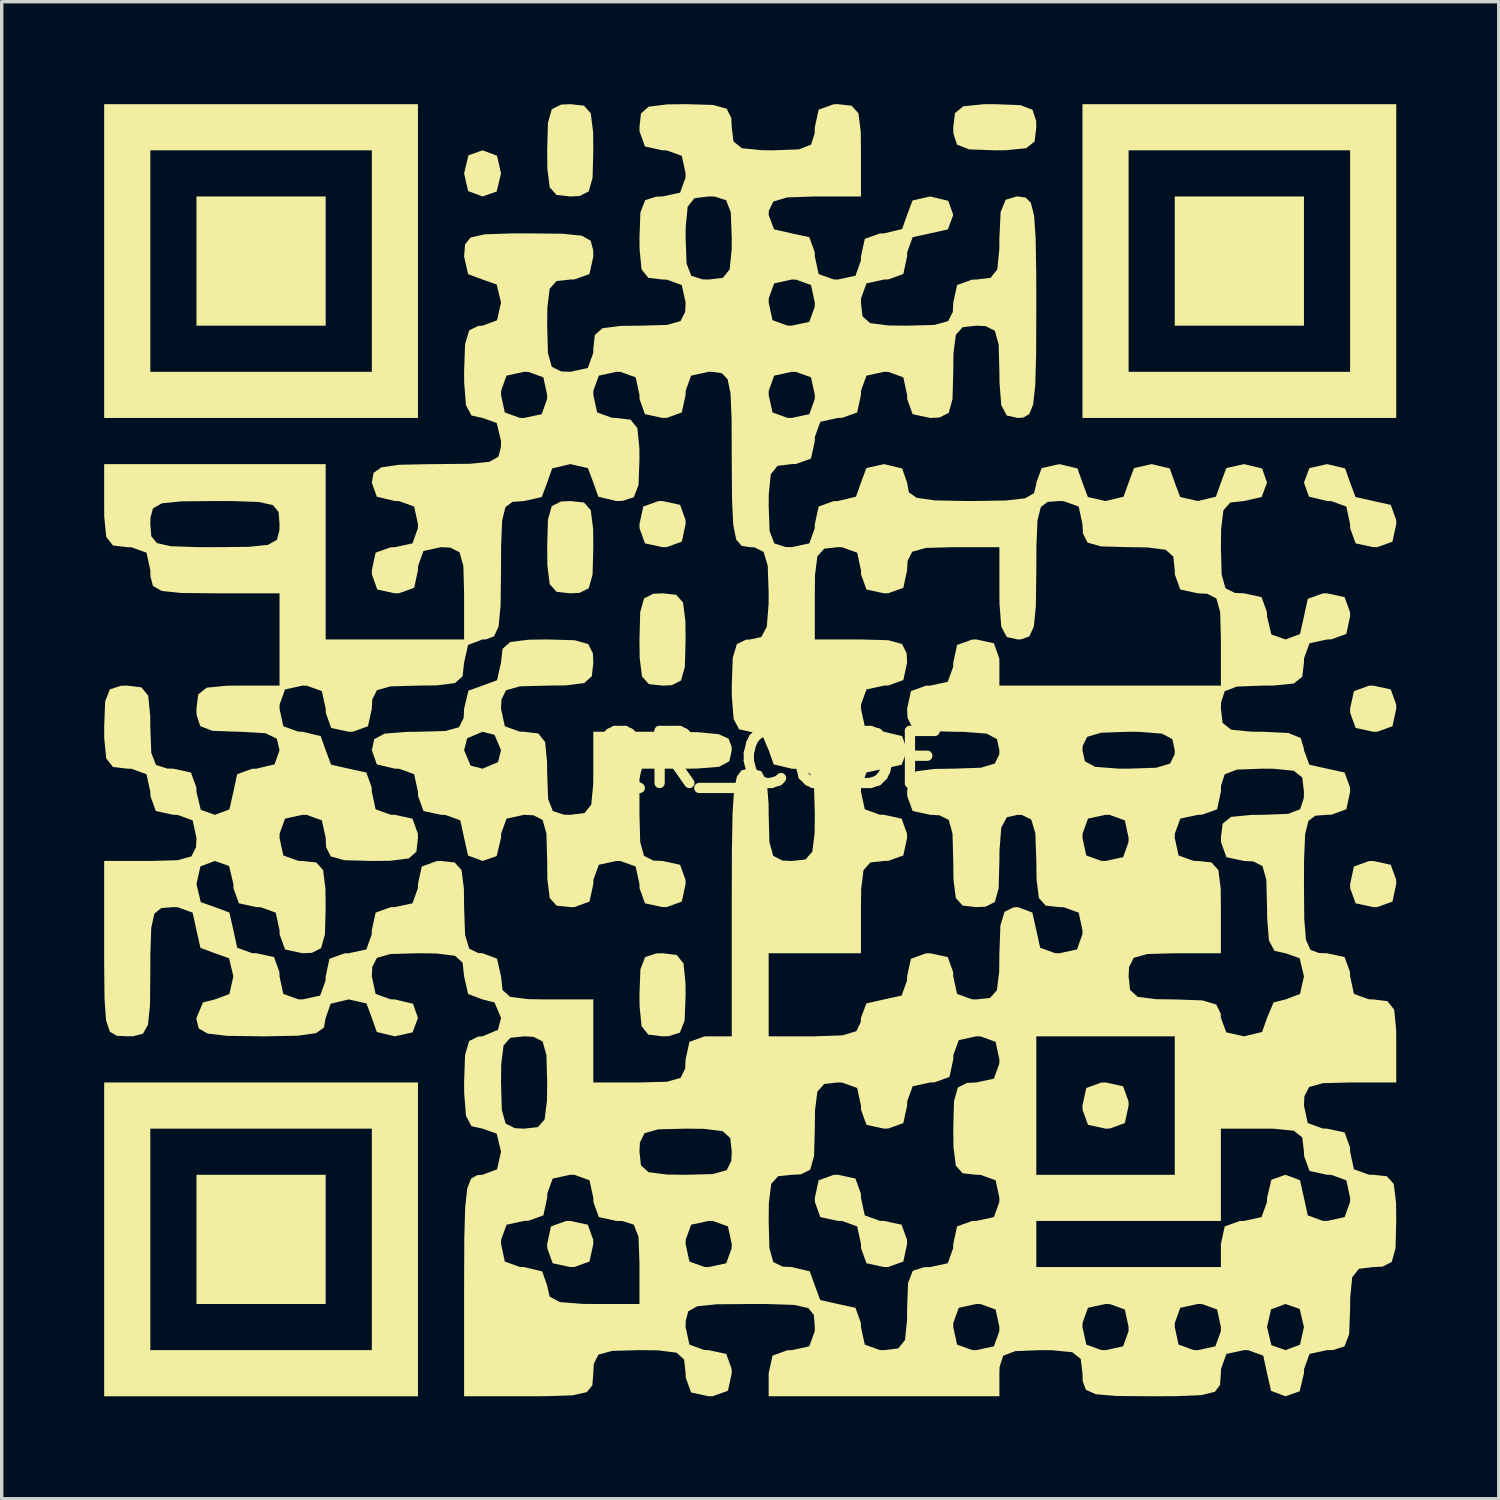
<source format=kicad_pcb>
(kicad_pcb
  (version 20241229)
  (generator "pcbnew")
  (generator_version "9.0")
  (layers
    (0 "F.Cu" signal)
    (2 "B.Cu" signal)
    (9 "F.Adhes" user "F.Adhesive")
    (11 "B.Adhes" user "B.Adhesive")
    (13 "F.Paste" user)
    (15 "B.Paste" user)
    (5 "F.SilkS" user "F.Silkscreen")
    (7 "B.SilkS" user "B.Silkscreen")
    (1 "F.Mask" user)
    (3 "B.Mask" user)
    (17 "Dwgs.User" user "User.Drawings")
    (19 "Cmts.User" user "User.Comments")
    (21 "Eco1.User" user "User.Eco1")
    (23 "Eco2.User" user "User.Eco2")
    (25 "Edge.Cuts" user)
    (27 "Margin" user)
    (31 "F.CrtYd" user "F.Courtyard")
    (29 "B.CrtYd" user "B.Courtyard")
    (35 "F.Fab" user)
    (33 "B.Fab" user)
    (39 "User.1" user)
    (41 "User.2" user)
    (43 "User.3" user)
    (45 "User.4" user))
  (footprint "QR_CODE"
    (layer "F.Cu")
    (at 19.455 19.185)
    (property "Reference" "QR_CODE" (at 0 0 0) (layer "F.SilkS") (effects (font (size 1.524 1.524) (thickness 0.3))))
    (attr board_only exclude_from_pos_files exclude_from_bom)
    (fp_poly (pts (xy -12.97 -12.7) (xy -16.753 -12.7) (xy -16.753 -16.483) (xy -12.97 -16.483)) (stroke (width 0) (type solid)) (fill yes) (layer "F.SilkS"))
    (fp_poly (pts (xy -12.97 15.943) (xy -16.753 15.943) (xy -16.753 12.16) (xy -12.97 12.16)) (stroke (width 0) (type solid)) (fill yes) (layer "F.SilkS"))
    (fp_poly (pts (xy 15.672 -12.7) (xy 11.889 -12.7) (xy 11.889 -16.483) (xy 15.672 -16.483)) (stroke (width 0) (type solid)) (fill yes) (layer "F.SilkS"))
    (fp_poly (pts (xy -7.953 -17.676) (xy -7.836 -17.159) (xy -7.963 -16.629) (xy -8.377 -16.483) (xy -8.8 -16.641) (xy -8.917 -17.159) (xy -8.79 -17.688) (xy -8.377 -17.834)) (stroke (width 0) (type solid)) (fill yes) (layer "F.SilkS"))
    (fp_poly (pts (xy -10.268 -9.998) (xy -19.455 -9.998) (xy -19.455 -11.349) (xy -18.104 -11.349) (xy -11.619 -11.349) (xy -11.619 -17.834) (xy -18.104 -17.834) (xy -18.104 -11.349) (xy -19.455 -11.349) (xy -19.455 -19.185) (xy -10.268 -19.185)) (stroke (width 0) (type solid)) (fill yes) (layer "F.SilkS"))
    (fp_poly (pts (xy -10.268 18.645) (xy -19.455 18.645) (xy -19.455 17.294) (xy -18.104 17.294) (xy -11.619 17.294) (xy -11.619 10.809) (xy -18.104 10.809) (xy -18.104 17.294) (xy -19.455 17.294) (xy -19.455 9.457) (xy -10.268 9.457)) (stroke (width 0) (type solid)) (fill yes) (layer "F.SilkS"))
    (fp_poly (pts (xy 18.374 -9.998) (xy 9.187 -9.998) (xy 9.187 -11.349) (xy 10.538 -11.349) (xy 17.023 -11.349) (xy 17.023 -17.834) (xy 10.538 -17.834) (xy 10.538 -11.349) (xy 9.187 -11.349) (xy 9.187 -19.185) (xy 18.374 -19.185)) (stroke (width 0) (type solid)) (fill yes) (layer "F.SilkS"))
    (fp_poly (pts (xy -5.295 13.622) (xy -5.137 14.062) (xy -5.134 14.186) (xy -5.246 14.7) (xy -5.685 14.859) (xy -5.81 14.862) (xy -6.324 14.75) (xy -6.482 14.311) (xy -6.485 14.186) (xy -6.374 13.672) (xy -5.934 13.513) (xy -5.81 13.511)) (stroke (width 0) (type solid)) (fill yes) (layer "F.SilkS"))
    (fp_poly (pts (xy -2.593 -7.454) (xy -2.435 -7.015) (xy -2.432 -6.89) (xy -2.544 -6.376) (xy -2.983 -6.218) (xy -3.107 -6.215) (xy -3.622 -6.326) (xy -3.78 -6.766) (xy -3.783 -6.89) (xy -3.671 -7.405) (xy -3.232 -7.563) (xy -3.107 -7.566)) (stroke (width 0) (type solid)) (fill yes) (layer "F.SilkS"))
    (fp_poly (pts (xy 10.377 9.569) (xy 10.535 10.008) (xy 10.538 10.133) (xy 10.427 10.647) (xy 9.987 10.806) (xy 9.863 10.809) (xy 9.349 10.697) (xy 9.19 10.257) (xy 9.187 10.133) (xy 9.299 9.619) (xy 9.738 9.46) (xy 9.863 9.457)) (stroke (width 0) (type solid)) (fill yes) (layer "F.SilkS"))
    (fp_poly (pts (xy 18.213 -2.05) (xy 18.372 -1.611) (xy 18.374 -1.486) (xy 18.263 -0.972) (xy 17.823 -0.813) (xy 17.699 -0.811) (xy 17.185 -0.922) (xy 17.026 -1.362) (xy 17.023 -1.486) (xy 17.135 -2) (xy 17.574 -2.159) (xy 17.699 -2.162)) (stroke (width 0) (type solid)) (fill yes) (layer "F.SilkS"))
    (fp_poly (pts (xy 18.213 3.084) (xy 18.372 3.523) (xy 18.374 3.648) (xy 18.263 4.162) (xy 17.823 4.321) (xy 17.699 4.323) (xy 17.185 4.212) (xy 17.026 3.772) (xy 17.023 3.648) (xy 17.135 3.134) (xy 17.574 2.975) (xy 17.699 2.972)) (stroke (width 0) (type solid)) (fill yes) (layer "F.SilkS"))
    (fp_poly (pts (xy -5.409 -19.141) (xy -5.209 -18.918) (xy -5.14 -18.376) (xy -5.134 -17.834) (xy -5.156 -17.032) (xy -5.268 -16.632) (xy -5.538 -16.496) (xy -5.81 -16.483) (xy -6.21 -16.527) (xy -6.411 -16.75) (xy -6.479 -17.292) (xy -6.485 -17.834) (xy -6.463 -18.636) (xy -6.351 -19.036) (xy -6.081 -19.172) (xy -5.81 -19.185)) (stroke (width 0) (type solid)) (fill yes) (layer "F.SilkS"))
    (fp_poly (pts (xy -5.409 -7.522) (xy -5.209 -7.299) (xy -5.14 -6.757) (xy -5.134 -6.215) (xy -5.156 -5.413) (xy -5.268 -5.013) (xy -5.538 -4.877) (xy -5.81 -4.864) (xy -6.21 -4.908) (xy -6.411 -5.131) (xy -6.479 -5.673) (xy -6.485 -6.215) (xy -6.463 -7.017) (xy -6.351 -7.417) (xy -6.081 -7.553) (xy -5.81 -7.566)) (stroke (width 0) (type solid)) (fill yes) (layer "F.SilkS"))
    (fp_poly (pts (xy -2.707 -4.82) (xy -2.507 -4.596) (xy -2.438 -4.055) (xy -2.432 -3.513) (xy -2.454 -2.711) (xy -2.566 -2.311) (xy -2.836 -2.175) (xy -3.107 -2.162) (xy -3.508 -2.206) (xy -3.708 -2.429) (xy -3.777 -2.971) (xy -3.783 -3.513) (xy -3.761 -4.315) (xy -3.649 -4.715) (xy -3.379 -4.851) (xy -3.107 -4.864)) (stroke (width 0) (type solid)) (fill yes) (layer "F.SilkS"))
    (fp_poly (pts (xy -2.691 5.725) (xy -2.493 5.973) (xy -2.434 6.562) (xy -2.432 6.89) (xy -2.46 7.641) (xy -2.598 7.996) (xy -2.925 8.102) (xy -3.107 8.106) (xy -3.524 8.056) (xy -3.722 7.808) (xy -3.78 7.218) (xy -3.783 6.89) (xy -3.755 6.14) (xy -3.617 5.785) (xy -3.29 5.679) (xy -3.107 5.674)) (stroke (width 0) (type solid)) (fill yes) (layer "F.SilkS"))
    (fp_poly (pts (xy 7.371 -19.157) (xy 7.726 -19.019) (xy 7.832 -18.692) (xy 7.836 -18.51) (xy 7.786 -18.093) (xy 7.538 -17.895) (xy 6.948 -17.837) (xy 6.62 -17.834) (xy 5.87 -17.862) (xy 5.514 -18) (xy 5.409 -18.327) (xy 5.404 -18.51) (xy 5.455 -18.926) (xy 5.702 -19.124) (xy 6.292 -19.183) (xy 6.62 -19.185)) (stroke (width 0) (type solid)) (fill yes) (layer "F.SilkS"))
    (fp_poly (pts (xy 16.878 -8.52) (xy 17.023 -8.106) (xy 17.182 -7.683) (xy 17.699 -7.566) (xy 18.213 -7.454) (xy 18.372 -7.015) (xy 18.374 -6.89) (xy 18.263 -6.376) (xy 17.823 -6.218) (xy 17.699 -6.215) (xy 17.185 -6.326) (xy 17.026 -6.766) (xy 17.023 -6.89) (xy 16.912 -7.405) (xy 16.472 -7.563) (xy 16.348 -7.566) (xy 15.818 -7.693) (xy 15.672 -8.106) (xy 15.831 -8.53) (xy 16.348 -8.647)) (stroke (width 0) (type solid)) (fill yes) (layer "F.SilkS"))
    (fp_poly (pts (xy 2.541 12.271) (xy 2.699 12.711) (xy 2.702 12.835) (xy 2.814 13.349) (xy 3.253 13.508) (xy 3.378 13.511) (xy 3.892 13.622) (xy 4.05 14.062) (xy 4.053 14.186) (xy 3.942 14.7) (xy 3.502 14.859) (xy 3.378 14.862) (xy 2.863 14.75) (xy 2.705 14.311) (xy 2.702 14.186) (xy 2.591 13.672) (xy 2.151 13.513) (xy 2.027 13.511) (xy 1.512 13.399) (xy 1.354 12.96) (xy 1.351 12.835) (xy 1.463 12.321) (xy 1.902 12.162) (xy 2.027 12.16)) (stroke (width 0) (type solid)) (fill yes) (layer "F.SilkS"))
    (fp_poly (pts (xy -5.683 -3.491) (xy -5.283 -3.379) (xy -5.147 -3.108) (xy -5.134 -2.837) (xy -5.178 -2.436) (xy -5.401 -2.236) (xy -5.943 -2.168) (xy -6.485 -2.162) (xy -7.287 -2.14) (xy -7.687 -2.028) (xy -7.823 -1.757) (xy -7.836 -1.486) (xy -7.725 -0.972) (xy -7.285 -0.813) (xy -7.161 -0.811) (xy -6.744 -0.76) (xy -6.546 -0.513) (xy -6.488 0.077) (xy -6.485 0.405) (xy -6.457 1.156) (xy -6.319 1.511) (xy -5.992 1.617) (xy -5.81 1.621) (xy -5.393 1.571) (xy -5.195 1.323) (xy -5.137 0.733) (xy -5.134 0.405) (xy -5.134 -0.811) (xy -3.107 -0.811) (xy -2.071 -0.798) (xy -1.463 -0.74) (xy -1.172 -0.606) (xy -1.084 -0.367) (xy -1.081 -0.27) (xy -1.152 0.054) (xy -1.454 0.216) (xy -2.119 0.268) (xy -2.432 0.27) (xy -3.783 0.27) (xy -3.783 1.621) (xy -3.761 2.423) (xy -3.649 2.823) (xy -3.379 2.96) (xy -3.107 2.972) (xy -2.593 3.084) (xy -2.435 3.523) (xy -2.432 3.648) (xy -2.544 4.162) (xy -2.983 4.321) (xy -3.107 4.323) (xy -3.622 4.212) (xy -3.78 3.772) (xy -3.783 3.648) (xy -3.895 3.134) (xy -4.334 2.975) (xy -4.459 2.972) (xy -4.973 3.084) (xy -5.131 3.523) (xy -5.134 3.648) (xy -5.246 4.162) (xy -5.685 4.321) (xy -5.81 4.323) (xy -6.21 4.28) (xy -6.411 4.056) (xy -6.479 3.515) (xy -6.485 2.972) (xy -6.507 2.17) (xy -6.619 1.77) (xy -6.89 1.634) (xy -7.161 1.621) (xy -7.675 1.733) (xy -7.833 2.172) (xy -7.836 2.297) (xy -7.963 2.827) (xy -8.377 2.972) (xy -8.8 2.814) (xy -8.917 2.297) (xy -9.029 1.783) (xy -9.468 1.624) (xy -9.593 1.621) (xy -10.107 1.51) (xy -10.265 1.07) (xy -10.268 0.946) (xy -10.38 0.432) (xy -10.819 0.273) (xy -10.944 0.27) (xy -11.473 0.144) (xy -11.619 -0.27) (xy -8.917 -0.27) (xy -8.726 0.181) (xy -8.377 0.27) (xy -7.925 0.079) (xy -7.836 -0.27) (xy -8.027 -0.722) (xy -8.377 -0.811) (xy -8.828 -0.62) (xy -8.917 -0.27) (xy -11.619 -0.27) (xy -11.548 -0.594) (xy -11.246 -0.756) (xy -10.581 -0.808) (xy -10.268 -0.811) (xy -9.466 -0.833) (xy -9.066 -0.944) (xy -8.93 -1.215) (xy -8.917 -1.486) (xy -8.79 -2.016) (xy -8.377 -2.162) (xy -7.953 -2.32) (xy -7.836 -2.837) (xy -7.792 -3.238) (xy -7.569 -3.438) (xy -7.027 -3.506) (xy -6.485 -3.513)) (stroke (width 0) (type solid)) (fill yes) (layer "F.SilkS"))
    (fp_poly (pts (xy 2.428 -19.141) (xy 2.628 -18.918) (xy 2.696 -18.376) (xy 2.702 -17.834) (xy 2.702 -16.483) (xy 1.351 -16.483) (xy 0.541 -16.455) (xy 0.137 -16.334) (xy 0.006 -16.068) (xy 0 -15.943) (xy 0.158 -15.519) (xy 0.676 -15.402) (xy 1.19 -15.291) (xy 1.348 -14.851) (xy 1.351 -14.727) (xy 1.463 -14.212) (xy 1.902 -14.054) (xy 2.027 -14.051) (xy 2.541 -14.163) (xy 2.699 -14.602) (xy 2.702 -14.727) (xy 2.814 -15.241) (xy 3.253 -15.399) (xy 3.378 -15.402) (xy 3.907 -15.529) (xy 4.053 -15.943) (xy 4.212 -16.366) (xy 4.729 -16.483) (xy 5.258 -16.356) (xy 5.404 -15.943) (xy 5.246 -15.519) (xy 4.729 -15.402) (xy 4.215 -15.291) (xy 4.056 -14.851) (xy 4.053 -14.727) (xy 3.942 -14.212) (xy 3.502 -14.054) (xy 3.378 -14.051) (xy 2.863 -13.939) (xy 2.705 -13.5) (xy 2.702 -13.376) (xy 2.746 -12.975) (xy 2.969 -12.775) (xy 3.511 -12.706) (xy 4.053 -12.7) (xy 4.855 -12.722) (xy 5.255 -12.834) (xy 5.391 -13.104) (xy 5.404 -13.376) (xy 5.516 -13.89) (xy 5.955 -14.048) (xy 6.08 -14.051) (xy 6.497 -14.101) (xy 6.694 -14.349) (xy 6.753 -14.939) (xy 6.755 -15.267) (xy 6.791 -16.027) (xy 6.938 -16.386) (xy 7.257 -16.483) (xy 7.296 -16.483) (xy 7.524 -16.451) (xy 7.677 -16.296) (xy 7.77 -15.928) (xy 7.817 -15.258) (xy 7.834 -14.195) (xy 7.836 -13.24) (xy 7.831 -11.872) (xy 7.805 -10.954) (xy 7.744 -10.397) (xy 7.632 -10.112) (xy 7.455 -10.009) (xy 7.296 -9.998) (xy 6.972 -10.069) (xy 6.81 -10.371) (xy 6.758 -11.036) (xy 6.755 -11.349) (xy 6.733 -12.151) (xy 6.622 -12.551) (xy 6.351 -12.687) (xy 6.08 -12.7) (xy 5.679 -12.656) (xy 5.479 -12.433) (xy 5.411 -11.891) (xy 5.404 -11.349) (xy 5.382 -10.547) (xy 5.271 -10.147) (xy 5 -10.011) (xy 4.729 -9.998) (xy 4.215 -10.109) (xy 4.056 -10.549) (xy 4.053 -10.673) (xy 3.942 -11.188) (xy 3.502 -11.346) (xy 3.378 -11.349) (xy 2.863 -11.237) (xy 2.705 -10.798) (xy 2.702 -10.673) (xy 2.591 -10.159) (xy 2.151 -10.001) (xy 2.027 -9.998) (xy 1.512 -9.886) (xy 1.354 -9.447) (xy 1.351 -9.322) (xy 1.239 -8.808) (xy 0.8 -8.65) (xy 0.676 -8.647) (xy 0.259 -8.596) (xy 0.061 -8.349) (xy 0.003 -7.759) (xy 0 -7.431) (xy 0.028 -6.681) (xy 0.166 -6.325) (xy 0.493 -6.22) (xy 0.676 -6.215) (xy 1.19 -6.326) (xy 1.348 -6.766) (xy 1.351 -6.89) (xy 1.463 -7.405) (xy 1.902 -7.563) (xy 2.027 -7.566) (xy 2.556 -7.693) (xy 2.702 -8.106) (xy 2.86 -8.53) (xy 3.378 -8.647) (xy 3.907 -8.52) (xy 4.053 -8.106) (xy 4.104 -7.822) (xy 4.334 -7.66) (xy 4.859 -7.585) (xy 5.794 -7.566) (xy 5.945 -7.566) (xy 6.939 -7.581) (xy 7.508 -7.646) (xy 7.769 -7.796) (xy 7.836 -8.063) (xy 7.836 -8.106) (xy 7.994 -8.53) (xy 8.512 -8.647) (xy 9.041 -8.52) (xy 9.187 -8.106) (xy 9.346 -7.683) (xy 9.863 -7.566) (xy 10.392 -7.693) (xy 10.538 -8.106) (xy 10.697 -8.53) (xy 11.214 -8.647) (xy 11.744 -8.52) (xy 11.889 -8.106) (xy 12.048 -7.683) (xy 12.565 -7.566) (xy 13.095 -7.693) (xy 13.24 -8.106) (xy 13.399 -8.53) (xy 13.916 -8.647) (xy 14.446 -8.52) (xy 14.591 -8.106) (xy 14.433 -7.683) (xy 13.916 -7.566) (xy 13.515 -7.522) (xy 13.315 -7.299) (xy 13.247 -6.757) (xy 13.24 -6.215) (xy 13.262 -5.413) (xy 13.374 -5.013) (xy 13.645 -4.877) (xy 13.916 -4.864) (xy 14.43 -4.752) (xy 14.589 -4.313) (xy 14.591 -4.188) (xy 14.718 -3.659) (xy 15.132 -3.513) (xy 15.556 -3.671) (xy 15.672 -4.188) (xy 15.784 -4.703) (xy 16.223 -4.861) (xy 16.348 -4.864) (xy 16.862 -4.752) (xy 17.021 -4.313) (xy 17.023 -4.188) (xy 16.912 -3.674) (xy 16.472 -3.516) (xy 16.348 -3.513) (xy 15.834 -3.401) (xy 15.675 -2.962) (xy 15.672 -2.837) (xy 15.622 -2.42) (xy 15.374 -2.223) (xy 14.784 -2.164) (xy 14.456 -2.162) (xy 13.706 -2.134) (xy 13.351 -1.996) (xy 13.245 -1.668) (xy 13.24 -1.486) (xy 13.291 -1.069) (xy 13.539 -0.872) (xy 14.128 -0.813) (xy 14.456 -0.811) (xy 15.216 -0.775) (xy 15.576 -0.628) (xy 15.672 -0.309) (xy 15.672 -0.27) (xy 15.831 0.154) (xy 16.348 0.27) (xy 16.862 0.382) (xy 17.021 0.821) (xy 17.023 0.946) (xy 16.912 1.46) (xy 16.472 1.618) (xy 16.348 1.621) (xy 16.004 1.647) (xy 15.803 1.798) (xy 15.706 2.19) (xy 15.675 2.936) (xy 15.672 3.648) (xy 15.681 4.679) (xy 15.731 5.283) (xy 15.862 5.574) (xy 16.111 5.667) (xy 16.348 5.674) (xy 16.862 5.786) (xy 17.021 6.226) (xy 17.023 6.35) (xy 17.135 6.864) (xy 17.574 7.023) (xy 17.699 7.026) (xy 18.116 7.076) (xy 18.313 7.324) (xy 18.372 7.914) (xy 18.374 8.241) (xy 18.374 9.457) (xy 17.023 9.457) (xy 16.222 9.479) (xy 15.822 9.591) (xy 15.685 9.862) (xy 15.672 10.133) (xy 15.784 10.647) (xy 16.223 10.806) (xy 16.348 10.809) (xy 16.862 10.92) (xy 17.021 11.36) (xy 17.023 11.484) (xy 17.135 11.998) (xy 17.574 12.157) (xy 17.699 12.16) (xy 18.1 12.203) (xy 18.3 12.427) (xy 18.368 12.968) (xy 18.374 13.511) (xy 18.353 14.312) (xy 18.241 14.713) (xy 17.97 14.849) (xy 17.699 14.862) (xy 17.282 14.912) (xy 17.085 15.16) (xy 17.026 15.75) (xy 17.023 16.078) (xy 16.995 16.828) (xy 16.858 17.184) (xy 16.53 17.289) (xy 16.348 17.294) (xy 15.834 17.405) (xy 15.675 17.845) (xy 15.672 17.969) (xy 15.546 18.499) (xy 15.132 18.645) (xy 14.708 18.486) (xy 14.591 17.969) (xy 14.48 17.455) (xy 14.04 17.296) (xy 13.916 17.294) (xy 13.402 17.405) (xy 13.243 17.845) (xy 13.24 17.969) (xy 13.215 18.313) (xy 13.064 18.514) (xy 12.672 18.611) (xy 11.926 18.642) (xy 11.214 18.645) (xy 10.183 18.636) (xy 9.579 18.586) (xy 9.287 18.455) (xy 9.195 18.206) (xy 9.187 17.969) (xy 9.137 17.552) (xy 8.889 17.355) (xy 8.299 17.296) (xy 7.971 17.294) (xy 7.221 17.322) (xy 6.865 17.459) (xy 6.76 17.787) (xy 6.755 17.969) (xy 6.755 18.645) (xy 0 18.645) (xy 0 17.969) (xy 0.112 17.455) (xy 0.551 17.296) (xy 0.676 17.294) (xy 1.19 17.182) (xy 1.348 16.743) (xy 1.351 16.618) (xy 1.323 16.265) (xy 1.161 16.063) (xy 0.747 15.97) (xy -0.036 15.944) (xy -0.54 15.943) (xy -1.529 15.952) (xy -2.094 16.01) (xy -2.355 16.158) (xy -2.428 16.438) (xy -2.432 16.618) (xy -2.32 17.132) (xy -1.881 17.291) (xy -1.756 17.294) (xy -1.242 17.405) (xy -1.084 17.845) (xy -1.081 17.969) (xy -1.192 18.483) (xy -1.632 18.642) (xy -1.756 18.645) (xy -2.271 18.533) (xy -2.429 18.094) (xy -2.432 17.969) (xy -2.476 17.568) (xy -2.699 17.368) (xy -3.241 17.3) (xy -3.783 17.294) (xy -4.585 17.316) (xy -4.985 17.427) (xy -5.121 17.698) (xy -5.134 17.969) (xy -5.162 18.322) (xy -5.324 18.524) (xy -5.738 18.617) (xy -6.521 18.643) (xy -7.026 18.645) (xy -8.917 18.645) (xy -8.917 15.402) (xy -8.912 14.186) (xy -7.836 14.186) (xy -7.725 14.7) (xy -7.285 14.859) (xy -7.161 14.862) (xy -6.631 14.988) (xy -6.485 15.402) (xy -6.414 15.726) (xy -6.112 15.888) (xy -5.447 15.94) (xy -5.134 15.943) (xy -3.783 15.943) (xy -3.783 14.727) (xy -3.803 14.186) (xy -2.432 14.186) (xy -2.32 14.7) (xy -1.881 14.859) (xy -1.756 14.862) (xy -1.242 14.75) (xy -1.084 14.311) (xy -1.081 14.186) (xy -1.192 13.672) (xy -1.632 13.513) (xy -1.756 13.511) (xy 0 13.511) (xy 0.022 14.312) (xy 0.134 14.713) (xy 0.404 14.849) (xy 0.676 14.862) (xy 1.205 14.988) (xy 1.351 15.402) (xy 1.509 15.826) (xy 2.027 15.943) (xy 2.541 16.054) (xy 2.699 16.494) (xy 2.702 16.618) (xy 2.814 17.132) (xy 3.253 17.291) (xy 3.378 17.294) (xy 3.795 17.243) (xy 3.992 16.995) (xy 4.03 16.618) (xy 5.404 16.618) (xy 5.516 17.132) (xy 5.955 17.291) (xy 6.08 17.294) (xy 6.594 17.182) (xy 6.752 16.743) (xy 6.755 16.618) (xy 9.187 16.618) (xy 9.299 17.132) (xy 9.738 17.291) (xy 9.863 17.294) (xy 10.377 17.182) (xy 10.535 16.743) (xy 10.538 16.618) (xy 11.889 16.618) (xy 12.001 17.132) (xy 12.44 17.291) (xy 12.565 17.294) (xy 13.079 17.182) (xy 13.238 16.743) (xy 13.24 16.618) (xy 14.591 16.618) (xy 14.718 17.148) (xy 15.132 17.294) (xy 15.556 17.135) (xy 15.672 16.618) (xy 15.546 16.088) (xy 15.132 15.943) (xy 14.708 16.101) (xy 14.591 16.618) (xy 13.24 16.618) (xy 13.129 16.104) (xy 12.689 15.945) (xy 12.565 15.943) (xy 12.051 16.054) (xy 11.892 16.494) (xy 11.889 16.618) (xy 10.538 16.618) (xy 10.427 16.104) (xy 9.987 15.945) (xy 9.863 15.943) (xy 9.349 16.054) (xy 9.19 16.494) (xy 9.187 16.618) (xy 6.755 16.618) (xy 6.644 16.104) (xy 6.204 15.945) (xy 6.08 15.943) (xy 5.566 16.054) (xy 5.407 16.494) (xy 5.404 16.618) (xy 4.03 16.618) (xy 4.051 16.406) (xy 4.053 16.078) (xy 4.081 15.327) (xy 4.219 14.972) (xy 4.547 14.866) (xy 4.729 14.862) (xy 7.836 14.862) (xy 13.24 14.862) (xy 13.24 14.186) (xy 13.352 13.672) (xy 13.791 13.513) (xy 13.916 13.511) (xy 14.43 13.399) (xy 14.589 12.96) (xy 14.591 12.835) (xy 14.718 12.305) (xy 15.132 12.16) (xy 15.556 12.318) (xy 15.672 12.835) (xy 15.784 13.349) (xy 16.223 13.508) (xy 16.348 13.511) (xy 16.862 13.399) (xy 17.021 12.96) (xy 17.023 12.835) (xy 16.912 12.321) (xy 16.472 12.162) (xy 16.348 12.16) (xy 15.834 12.048) (xy 15.675 11.609) (xy 15.672 11.484) (xy 15.622 11.067) (xy 15.374 10.87) (xy 14.784 10.811) (xy 14.456 10.809) (xy 13.24 10.809) (xy 13.24 13.511) (xy 7.836 13.511) (xy 7.836 14.862) (xy 4.729 14.862) (xy 5.243 14.75) (xy 5.401 14.311) (xy 5.404 14.186) (xy 5.516 13.672) (xy 5.955 13.513) (xy 6.08 13.511) (xy 6.594 13.399) (xy 6.752 12.96) (xy 6.755 12.835) (xy 6.644 12.321) (xy 6.204 12.162) (xy 6.08 12.16) (xy 7.836 12.16) (xy 11.889 12.16) (xy 11.889 8.106) (xy 7.836 8.106) (xy 7.836 12.16) (xy 6.08 12.16) (xy 5.679 12.116) (xy 5.479 11.892) (xy 5.411 11.351) (xy 5.404 10.809) (xy 5.426 10.007) (xy 5.538 9.607) (xy 5.809 9.47) (xy 6.08 9.457) (xy 6.594 9.346) (xy 6.752 8.906) (xy 6.755 8.782) (xy 6.644 8.268) (xy 6.204 8.109) (xy 6.08 8.106) (xy 5.566 8.218) (xy 5.407 8.657) (xy 5.404 8.782) (xy 5.293 9.296) (xy 4.853 9.455) (xy 4.729 9.457) (xy 4.215 9.569) (xy 4.056 10.008) (xy 4.053 10.133) (xy 3.942 10.647) (xy 3.502 10.806) (xy 3.378 10.809) (xy 2.863 10.697) (xy 2.705 10.257) (xy 2.702 10.133) (xy 2.591 9.619) (xy 2.151 9.46) (xy 2.027 9.457) (xy 1.626 9.501) (xy 1.426 9.725) (xy 1.357 10.266) (xy 1.351 10.809) (xy 1.329 11.61) (xy 1.217 12.01) (xy 0.947 12.147) (xy 0.676 12.16) (xy 0.275 12.203) (xy 0.075 12.427) (xy 0.006 12.968) (xy 0 13.511) (xy -1.756 13.511) (xy -2.271 13.622) (xy -2.429 14.062) (xy -2.432 14.186) (xy -3.803 14.186) (xy -3.811 13.976) (xy -3.949 13.621) (xy -4.276 13.515) (xy -4.459 13.511) (xy -4.973 13.399) (xy -5.131 12.96) (xy -5.134 12.835) (xy -5.246 12.321) (xy -5.685 12.162) (xy -5.81 12.16) (xy -6.324 12.271) (xy -6.482 12.711) (xy -6.485 12.835) (xy -6.597 13.349) (xy -7.036 13.508) (xy -7.161 13.511) (xy -7.675 13.622) (xy -7.833 14.062) (xy -7.836 14.186) (xy -8.912 14.186) (xy -8.912 14.033) (xy -8.886 13.115) (xy -8.825 12.559) (xy -8.713 12.274) (xy -8.536 12.171) (xy -8.377 12.16) (xy -7.953 12.001) (xy -7.836 11.484) (xy -3.783 11.484) (xy -3.739 11.885) (xy -3.516 12.085) (xy -2.974 12.153) (xy -2.432 12.16) (xy -1.63 12.138) (xy -1.23 12.026) (xy -1.094 11.755) (xy -1.081 11.484) (xy -1.125 11.083) (xy -1.348 10.883) (xy -1.89 10.815) (xy -2.432 10.809) (xy -3.234 10.83) (xy -3.634 10.942) (xy -3.77 11.213) (xy -3.783 11.484) (xy -7.836 11.484) (xy -7.963 10.954) (xy -8.377 10.809) (xy -8.701 10.737) (xy -8.862 10.435) (xy -8.915 9.77) (xy -8.917 9.457) (xy -7.836 9.457) (xy -7.814 10.259) (xy -7.702 10.659) (xy -7.432 10.796) (xy -7.161 10.809) (xy -6.76 10.765) (xy -6.56 10.541) (xy -6.492 10) (xy -6.485 9.457) (xy -6.507 8.656) (xy -6.619 8.256) (xy -6.89 8.119) (xy -7.161 8.106) (xy -7.562 8.15) (xy -7.762 8.374) (xy -7.83 8.915) (xy -7.836 9.457) (xy -8.917 9.457) (xy -8.889 8.647) (xy -8.768 8.243) (xy -8.502 8.112) (xy -8.377 8.106) (xy -7.925 7.915) (xy -7.836 7.566) (xy -8.027 7.114) (xy -8.377 7.026) (xy -8.8 6.867) (xy -8.917 6.35) (xy -8.961 5.949) (xy -9.184 5.749) (xy -9.726 5.681) (xy -10.268 5.674) (xy -11.07 5.696) (xy -11.47 5.808) (xy -11.606 6.079) (xy -11.619 6.35) (xy -11.508 6.864) (xy -11.068 7.023) (xy -10.944 7.026) (xy -10.414 7.152) (xy -10.268 7.566) (xy -10.426 7.99) (xy -10.944 8.106) (xy -11.473 7.98) (xy -11.619 7.566) (xy -11.777 7.142) (xy -12.295 7.026) (xy -12.824 7.152) (xy -12.97 7.566) (xy -13.021 7.85) (xy -13.251 8.013) (xy -13.776 8.087) (xy -14.711 8.106) (xy -14.862 8.106) (xy -15.856 8.092) (xy -16.425 8.026) (xy -16.686 7.876) (xy -16.753 7.609) (xy -16.753 7.566) (xy -16.562 7.114) (xy -16.213 7.026) (xy -15.789 6.867) (xy -15.672 6.35) (xy -15.799 5.82) (xy -16.213 5.674) (xy -16.637 5.516) (xy -16.753 4.999) (xy -16.865 4.485) (xy -17.304 4.326) (xy -17.429 4.323) (xy -17.782 4.351) (xy -17.984 4.513) (xy -18.077 4.927) (xy -18.103 5.711) (xy -18.104 6.215) (xy -18.114 7.203) (xy -18.172 7.769) (xy -18.32 8.029) (xy -18.6 8.103) (xy -18.78 8.106) (xy -19.093 8.089) (xy -19.29 7.968) (xy -19.399 7.642) (xy -19.445 7.011) (xy -19.455 5.974) (xy -19.455 5.539) (xy -19.455 3.648) (xy -16.753 3.648) (xy -16.627 4.178) (xy -16.213 4.323) (xy -15.789 4.482) (xy -15.672 4.999) (xy -15.561 5.513) (xy -15.121 5.672) (xy -14.997 5.674) (xy -14.483 5.786) (xy -14.324 6.226) (xy -14.321 6.35) (xy -14.21 6.864) (xy -13.77 7.023) (xy -13.646 7.026) (xy -13.132 6.914) (xy -12.973 6.474) (xy -12.97 6.35) (xy -12.859 5.836) (xy -12.419 5.677) (xy -12.295 5.674) (xy -11.78 5.563) (xy -11.622 5.123) (xy -11.619 4.999) (xy -11.508 4.485) (xy -11.068 4.326) (xy -10.944 4.323) (xy -10.429 4.212) (xy -10.271 3.772) (xy -10.268 3.648) (xy -10.156 3.134) (xy -9.717 2.975) (xy -9.593 2.972) (xy -9.192 3.016) (xy -8.992 3.24) (xy -8.923 3.781) (xy -8.917 4.323) (xy -8.889 5.134) (xy -8.768 5.538) (xy -8.502 5.669) (xy -8.377 5.674) (xy -7.953 5.833) (xy -7.836 6.35) (xy -7.792 6.751) (xy -7.569 6.951) (xy -7.027 7.019) (xy -6.485 7.026) (xy -5.134 7.026) (xy -5.134 9.457) (xy -3.783 9.457) (xy -2.981 9.436) (xy -2.581 9.324) (xy -2.445 9.053) (xy -2.432 8.782) (xy -2.32 8.268) (xy -1.881 8.109) (xy -1.756 8.106) (xy -1.081 8.106) (xy 0 8.106) (xy 1.351 8.106) (xy 2.161 8.078) (xy 2.566 7.957) (xy 2.696 7.691) (xy 2.702 7.566) (xy 2.86 7.142) (xy 3.378 7.026) (xy 3.892 6.914) (xy 4.05 6.474) (xy 4.053 6.35) (xy 4.165 5.836) (xy 4.604 5.677) (xy 4.729 5.674) (xy 5.243 5.786) (xy 5.401 6.226) (xy 5.404 6.35) (xy 5.516 6.864) (xy 5.955 7.023) (xy 6.08 7.026) (xy 6.481 6.982) (xy 6.681 6.758) (xy 6.732 6.35) (xy 10.538 6.35) (xy 10.582 6.751) (xy 10.806 6.951) (xy 11.347 7.019) (xy 11.889 7.026) (xy 12.7 7.054) (xy 13.104 7.175) (xy 13.235 7.441) (xy 13.24 7.566) (xy 13.399 7.99) (xy 13.916 8.106) (xy 14.446 7.98) (xy 14.591 7.566) (xy 14.783 7.114) (xy 15.132 7.026) (xy 15.556 6.867) (xy 15.672 6.35) (xy 15.546 5.82) (xy 15.132 5.674) (xy 14.808 5.603) (xy 14.646 5.301) (xy 14.594 4.636) (xy 14.591 4.323) (xy 14.57 3.522) (xy 14.458 3.122) (xy 14.187 2.985) (xy 13.916 2.972) (xy 13.402 2.861) (xy 13.243 2.421) (xy 13.24 2.297) (xy 13.291 1.88) (xy 13.539 1.682) (xy 14.128 1.624) (xy 14.456 1.621) (xy 15.207 1.593) (xy 15.562 1.456) (xy 15.668 1.128) (xy 15.672 0.946) (xy 15.622 0.529) (xy 15.374 0.331) (xy 14.784 0.273) (xy 14.456 0.27) (xy 13.706 0.298) (xy 13.351 0.436) (xy 13.245 0.764) (xy 13.24 0.946) (xy 13.129 1.46) (xy 12.689 1.618) (xy 12.565 1.621) (xy 12.051 1.733) (xy 11.892 2.172) (xy 11.889 2.297) (xy 12.001 2.811) (xy 12.44 2.969) (xy 12.565 2.972) (xy 12.966 3.016) (xy 13.166 3.24) (xy 13.234 3.781) (xy 13.24 4.323) (xy 13.24 5.674) (xy 11.889 5.674) (xy 11.088 5.696) (xy 10.687 5.808) (xy 10.551 6.079) (xy 10.538 6.35) (xy 6.732 6.35) (xy 6.749 6.217) (xy 6.755 5.674) (xy 6.784 4.864) (xy 6.905 4.46) (xy 7.171 4.329) (xy 7.296 4.323) (xy 7.72 4.482) (xy 7.836 4.999) (xy 7.948 5.513) (xy 8.387 5.672) (xy 8.512 5.674) (xy 9.026 5.563) (xy 9.184 5.123) (xy 9.187 4.999) (xy 9.076 4.485) (xy 8.636 4.326) (xy 8.512 4.323) (xy 8.111 4.28) (xy 7.911 4.056) (xy 7.843 3.515) (xy 7.836 2.972) (xy 7.812 2.297) (xy 9.187 2.297) (xy 9.299 2.811) (xy 9.738 2.969) (xy 9.863 2.972) (xy 10.377 2.861) (xy 10.535 2.421) (xy 10.538 2.297) (xy 10.427 1.783) (xy 9.987 1.624) (xy 9.863 1.621) (xy 9.349 1.733) (xy 9.19 2.172) (xy 9.187 2.297) (xy 7.812 2.297) (xy 7.808 2.162) (xy 7.687 1.758) (xy 7.421 1.627) (xy 7.296 1.621) (xy 6.972 1.692) (xy 6.81 1.994) (xy 6.758 2.66) (xy 6.755 2.972) (xy 6.733 3.774) (xy 6.622 4.174) (xy 6.351 4.311) (xy 6.08 4.323) (xy 5.679 4.28) (xy 5.479 4.056) (xy 5.411 3.515) (xy 5.404 2.972) (xy 5.382 2.17) (xy 5.271 1.77) (xy 5 1.634) (xy 4.729 1.621) (xy 4.215 1.51) (xy 4.056 1.07) (xy 4.053 0.946) (xy 4.097 0.545) (xy 4.321 0.345) (xy 4.862 0.277) (xy 5.404 0.27) (xy 6.215 0.242) (xy 6.619 0.121) (xy 6.75 -0.145) (xy 6.755 -0.27) (xy 9.187 -0.27) (xy 9.258 0.054) (xy 9.56 0.216) (xy 10.226 0.268) (xy 10.538 0.27) (xy 11.349 0.242) (xy 11.753 0.121) (xy 11.884 -0.145) (xy 11.889 -0.27) (xy 11.818 -0.594) (xy 11.516 -0.756) (xy 10.851 -0.808) (xy 10.538 -0.811) (xy 9.728 -0.782) (xy 9.324 -0.661) (xy 9.193 -0.395) (xy 9.187 -0.27) (xy 6.755 -0.27) (xy 6.684 -0.594) (xy 6.382 -0.756) (xy 5.717 -0.808) (xy 5.404 -0.811) (xy 4.602 -0.833) (xy 4.202 -0.944) (xy 4.066 -1.215) (xy 4.053 -1.486) (xy 4.165 -2) (xy 4.604 -2.159) (xy 4.729 -2.162) (xy 5.243 -2.273) (xy 5.401 -2.713) (xy 5.404 -2.837) (xy 5.516 -3.351) (xy 5.955 -3.51) (xy 6.08 -3.513) (xy 6.594 -3.401) (xy 6.752 -2.962) (xy 6.755 -2.837) (xy 6.755 -2.162) (xy 13.24 -2.162) (xy 13.24 -3.513) (xy 13.219 -4.315) (xy 13.107 -4.715) (xy 12.836 -4.851) (xy 12.565 -4.864) (xy 12.051 -4.975) (xy 11.892 -5.415) (xy 11.889 -5.539) (xy 11.846 -5.94) (xy 11.622 -6.14) (xy 11.081 -6.208) (xy 10.538 -6.215) (xy 9.736 -6.237) (xy 9.336 -6.349) (xy 9.2 -6.619) (xy 9.187 -6.89) (xy 9.076 -7.405) (xy 8.636 -7.563) (xy 8.512 -7.566) (xy 8.168 -7.541) (xy 7.967 -7.389) (xy 7.87 -6.997) (xy 7.839 -6.251) (xy 7.836 -5.539) (xy 7.823 -4.503) (xy 7.765 -3.895) (xy 7.632 -3.603) (xy 7.393 -3.516) (xy 7.296 -3.513) (xy 6.972 -3.584) (xy 6.81 -3.886) (xy 6.758 -4.551) (xy 6.755 -4.864) (xy 6.755 -6.215) (xy 5.404 -6.215) (xy 4.602 -6.193) (xy 4.202 -6.081) (xy 4.066 -5.81) (xy 4.053 -5.539) (xy 3.942 -5.025) (xy 3.502 -4.867) (xy 3.378 -4.864) (xy 2.863 -4.975) (xy 2.705 -5.415) (xy 2.702 -5.539) (xy 2.591 -6.054) (xy 2.151 -6.212) (xy 2.027 -6.215) (xy 1.626 -6.171) (xy 1.426 -5.948) (xy 1.357 -5.406) (xy 1.351 -4.864) (xy 1.351 -3.513) (xy 2.702 -3.513) (xy 3.504 -3.491) (xy 3.904 -3.379) (xy 4.04 -3.108) (xy 4.053 -2.837) (xy 3.942 -2.323) (xy 3.502 -2.165) (xy 3.378 -2.162) (xy 2.863 -2.05) (xy 2.705 -1.611) (xy 2.702 -1.486) (xy 2.814 -0.972) (xy 3.253 -0.813) (xy 3.378 -0.811) (xy 3.907 -0.684) (xy 4.053 -0.27) (xy 3.895 0.154) (xy 3.378 0.27) (xy 2.863 0.382) (xy 2.705 0.821) (xy 2.702 0.946) (xy 2.814 1.46) (xy 3.253 1.618) (xy 3.378 1.621) (xy 3.892 1.733) (xy 4.05 2.172) (xy 4.053 2.297) (xy 3.942 2.811) (xy 3.502 2.969) (xy 3.378 2.972) (xy 2.977 3.016) (xy 2.777 3.24) (xy 2.709 3.781) (xy 2.702 4.323) (xy 2.702 5.674) (xy 0 5.674) (xy 0 8.106) (xy -1.081 8.106) (xy -1.081 4.188) (xy -1.077 2.661) (xy -1.058 1.592) (xy -1.013 0.9) (xy -0.931 0.504) (xy -0.799 0.322) (xy -0.608 0.272) (xy -0.54 0.27) (xy -0.216 0.341) (xy -0.055 0.643) (xy -0.002 1.309) (xy 0 1.621) (xy 0.022 2.423) (xy 0.134 2.823) (xy 0.404 2.96) (xy 0.676 2.972) (xy 1.076 2.929) (xy 1.276 2.705) (xy 1.345 2.163) (xy 1.351 1.621) (xy 1.329 0.819) (xy 1.217 0.419) (xy 0.947 0.283) (xy 0.676 0.27) (xy 0.146 0.144) (xy 0 -0.27) (xy -0.191 -0.722) (xy -0.54 -0.811) (xy -0.865 -0.882) (xy -1.026 -1.184) (xy -1.079 -1.849) (xy -1.081 -2.162) (xy -1.052 -2.972) (xy -0.932 -3.376) (xy -0.665 -3.507) (xy -0.54 -3.513) (xy -0.216 -3.584) (xy -0.055 -3.886) (xy -0.002 -4.551) (xy 0 -4.864) (xy -0.028 -5.674) (xy -0.149 -6.078) (xy -0.415 -6.209) (xy -0.54 -6.215) (xy -0.792 -6.254) (xy -0.95 -6.437) (xy -1.037 -6.865) (xy -1.074 -7.637) (xy -1.081 -8.782) (xy -1.086 -9.971) (xy -1.115 -10.673) (xy 0 -10.673) (xy 0.112 -10.159) (xy 0.551 -10.001) (xy 0.676 -9.998) (xy 1.19 -10.109) (xy 1.348 -10.549) (xy 1.351 -10.673) (xy 1.239 -11.188) (xy 0.8 -11.346) (xy 0.676 -11.349) (xy 0.161 -11.237) (xy 0.003 -10.798) (xy 0 -10.673) (xy -1.115 -10.673) (xy -1.117 -10.721) (xy -1.203 -11.133) (xy -1.369 -11.308) (xy -1.642 -11.348) (xy -1.756 -11.349) (xy -2.271 -11.237) (xy -2.429 -10.798) (xy -2.432 -10.673) (xy -2.544 -10.159) (xy -2.983 -10.001) (xy -3.107 -9.998) (xy -3.622 -10.109) (xy -3.78 -10.549) (xy -3.783 -10.673) (xy -3.895 -11.188) (xy -4.334 -11.346) (xy -4.459 -11.349) (xy -4.973 -11.237) (xy -5.131 -10.798) (xy -5.134 -10.673) (xy -5.022 -10.159) (xy -4.583 -10.001) (xy -4.459 -9.998) (xy -4.042 -9.947) (xy -3.844 -9.7) (xy -3.786 -9.11) (xy -3.783 -8.782) (xy -3.811 -8.032) (xy -3.949 -7.676) (xy -4.276 -7.571) (xy -4.459 -7.566) (xy -4.988 -7.693) (xy -5.134 -8.106) (xy -5.292 -8.53) (xy -5.81 -8.647) (xy -6.339 -8.52) (xy -6.485 -8.106) (xy -6.643 -7.683) (xy -7.161 -7.566) (xy -7.504 -7.541) (xy -7.706 -7.389) (xy -7.803 -6.997) (xy -7.834 -6.251) (xy -7.836 -5.539) (xy -7.849 -4.503) (xy -7.907 -3.895) (xy -8.041 -3.603) (xy -8.279 -3.516) (xy -8.377 -3.513) (xy -8.8 -3.354) (xy -8.917 -2.837) (xy -8.961 -2.436) (xy -9.184 -2.236) (xy -9.726 -2.168) (xy -10.268 -2.162) (xy -11.07 -2.14) (xy -11.47 -2.028) (xy -11.606 -1.757) (xy -11.619 -1.486) (xy -11.731 -0.972) (xy -12.17 -0.813) (xy -12.295 -0.811) (xy -12.809 -0.922) (xy -12.967 -1.362) (xy -12.97 -1.486) (xy -13.082 -2) (xy -13.521 -2.159) (xy -13.646 -2.162) (xy -14.16 -2.05) (xy -14.318 -1.611) (xy -14.321 -1.486) (xy -14.21 -0.972) (xy -13.77 -0.813) (xy -13.646 -0.811) (xy -13.116 -0.684) (xy -12.97 -0.27) (xy -12.812 0.154) (xy -12.295 0.27) (xy -11.78 0.382) (xy -11.622 0.821) (xy -11.619 0.946) (xy -11.508 1.46) (xy -11.068 1.618) (xy -10.944 1.621) (xy -10.429 1.733) (xy -10.271 2.172) (xy -10.268 2.297) (xy -10.312 2.698) (xy -10.535 2.898) (xy -11.077 2.966) (xy -11.619 2.972) (xy -12.421 2.95) (xy -12.821 2.839) (xy -12.957 2.568) (xy -12.97 2.297) (xy -13.082 1.783) (xy -13.521 1.624) (xy -13.646 1.621) (xy -14.16 1.733) (xy -14.318 2.172) (xy -14.321 2.297) (xy -14.21 2.811) (xy -13.77 2.969) (xy -13.646 2.972) (xy -13.245 3.016) (xy -13.045 3.24) (xy -12.977 3.781) (xy -12.97 4.323) (xy -12.992 5.125) (xy -13.104 5.525) (xy -13.375 5.662) (xy -13.646 5.674) (xy -14.16 5.563) (xy -14.318 5.123) (xy -14.321 4.999) (xy -14.433 4.485) (xy -14.872 4.326) (xy -14.997 4.323) (xy -15.511 4.212) (xy -15.669 3.772) (xy -15.672 3.648) (xy -15.799 3.118) (xy -16.213 2.972) (xy -16.637 3.131) (xy -16.753 3.648) (xy -19.455 3.648) (xy -19.455 2.972) (xy -18.104 2.972) (xy -17.302 2.95) (xy -16.902 2.839) (xy -16.766 2.568) (xy -16.753 2.297) (xy -16.865 1.783) (xy -17.304 1.624) (xy -17.429 1.621) (xy -17.943 1.51) (xy -18.101 1.07) (xy -18.104 0.946) (xy -18.216 0.432) (xy -18.655 0.273) (xy -18.78 0.27) (xy -19.197 0.22) (xy -19.394 -0.028) (xy -19.453 -0.618) (xy -19.455 -0.946) (xy -19.427 -1.696) (xy -19.29 -2.052) (xy -18.962 -2.157) (xy -18.78 -2.162) (xy -18.363 -2.111) (xy -18.165 -1.864) (xy -18.107 -1.274) (xy -18.104 -0.946) (xy -18.076 -0.195) (xy -17.939 0.16) (xy -17.611 0.266) (xy -17.429 0.27) (xy -16.915 0.382) (xy -16.756 0.821) (xy -16.753 0.946) (xy -16.627 1.475) (xy -16.213 1.621) (xy -15.789 1.463) (xy -15.672 0.946) (xy -15.561 0.432) (xy -15.121 0.273) (xy -14.997 0.27) (xy -14.467 0.144) (xy -14.321 -0.27) (xy -14.401 -0.608) (xy -14.731 -0.768) (xy -15.45 -0.81) (xy -15.537 -0.811) (xy -16.288 -0.839) (xy -16.643 -0.976) (xy -16.749 -1.304) (xy -16.753 -1.486) (xy -16.703 -1.903) (xy -16.455 -2.101) (xy -15.865 -2.159) (xy -15.537 -2.162) (xy -14.321 -2.162) (xy -14.321 -4.864) (xy -16.213 -4.864) (xy -17.201 -4.874) (xy -17.767 -4.932) (xy -18.027 -5.079) (xy -18.101 -5.359) (xy -18.104 -5.539) (xy -18.216 -6.054) (xy -18.655 -6.212) (xy -18.78 -6.215) (xy -19.197 -6.265) (xy -19.394 -6.513) (xy -19.432 -6.89) (xy -18.104 -6.89) (xy -18.076 -6.537) (xy -17.914 -6.336) (xy -17.501 -6.242) (xy -16.717 -6.216) (xy -16.213 -6.215) (xy -15.225 -6.225) (xy -14.659 -6.283) (xy -14.398 -6.43) (xy -14.325 -6.71) (xy -14.321 -6.89) (xy -14.349 -7.243) (xy -14.511 -7.445) (xy -14.925 -7.538) (xy -15.708 -7.565) (xy -16.213 -7.566) (xy -17.201 -7.556) (xy -17.767 -7.498) (xy -18.027 -7.35) (xy -18.101 -7.071) (xy -18.104 -6.89) (xy -19.432 -6.89) (xy -19.453 -7.103) (xy -19.455 -7.431) (xy -19.455 -8.647) (xy -12.97 -8.647) (xy -12.97 -3.513) (xy -8.917 -3.513) (xy -8.917 -4.864) (xy -8.939 -5.666) (xy -9.051 -6.066) (xy -9.321 -6.202) (xy -9.593 -6.215) (xy -10.107 -6.103) (xy -10.265 -5.664) (xy -10.268 -5.539) (xy -10.38 -5.025) (xy -10.819 -4.867) (xy -10.944 -4.864) (xy -11.458 -4.975) (xy -11.616 -5.415) (xy -11.619 -5.539) (xy -11.508 -6.054) (xy -11.068 -6.212) (xy -10.944 -6.215) (xy -10.429 -6.326) (xy -10.271 -6.766) (xy -10.268 -6.89) (xy -10.38 -7.405) (xy -10.819 -7.563) (xy -10.944 -7.566) (xy -11.473 -7.693) (xy -11.619 -8.106) (xy -11.568 -8.39) (xy -11.338 -8.553) (xy -10.813 -8.628) (xy -9.878 -8.647) (xy -9.728 -8.647) (xy -8.739 -8.657) (xy -8.174 -8.715) (xy -7.913 -8.862) (xy -7.84 -9.142) (xy -7.836 -9.322) (xy -7.963 -9.852) (xy -8.377 -9.998) (xy -8.701 -10.069) (xy -8.862 -10.371) (xy -8.886 -10.673) (xy -7.836 -10.673) (xy -7.725 -10.159) (xy -7.285 -10.001) (xy -7.161 -9.998) (xy -6.646 -10.109) (xy -6.488 -10.549) (xy -6.485 -10.673) (xy -6.597 -11.188) (xy -7.036 -11.346) (xy -7.161 -11.349) (xy -7.675 -11.237) (xy -7.833 -10.798) (xy -7.836 -10.673) (xy -8.886 -10.673) (xy -8.915 -11.036) (xy -8.917 -11.349) (xy -8.889 -12.159) (xy -8.768 -12.563) (xy -8.502 -12.694) (xy -8.377 -12.7) (xy -7.953 -12.858) (xy -7.836 -13.376) (xy -7.963 -13.905) (xy -8.377 -14.051) (xy -8.8 -14.209) (xy -8.917 -14.727) (xy -8.889 -15.08) (xy -8.727 -15.282) (xy -8.313 -15.375) (xy -7.53 -15.401) (xy -7.026 -15.402) (xy -6.037 -15.392) (xy -5.472 -15.334) (xy -5.211 -15.187) (xy -5.137 -14.907) (xy -5.134 -14.727) (xy -5.246 -14.212) (xy -5.685 -14.054) (xy -5.81 -14.051) (xy -6.21 -14.007) (xy -6.411 -13.784) (xy -6.479 -13.242) (xy -6.485 -12.7) (xy -6.463 -11.898) (xy -6.351 -11.498) (xy -6.081 -11.362) (xy -5.81 -11.349) (xy -5.295 -11.461) (xy -5.137 -11.9) (xy -5.134 -12.024) (xy -5.09 -12.425) (xy -4.867 -12.625) (xy -4.325 -12.694) (xy -3.783 -12.7) (xy -2.981 -12.722) (xy -2.581 -12.834) (xy -2.445 -13.104) (xy -2.432 -13.376) (xy 0 -13.376) (xy 0.112 -12.861) (xy 0.551 -12.703) (xy 0.676 -12.7) (xy 1.19 -12.812) (xy 1.348 -13.251) (xy 1.351 -13.376) (xy 1.239 -13.89) (xy 0.8 -14.048) (xy 0.676 -14.051) (xy 0.161 -13.939) (xy 0.003 -13.5) (xy 0 -13.376) (xy -2.432 -13.376) (xy -2.544 -13.89) (xy -2.983 -14.048) (xy -3.107 -14.051) (xy -3.524 -14.101) (xy -3.722 -14.349) (xy -3.78 -14.939) (xy -3.783 -15.267) (xy -2.432 -15.267) (xy -2.404 -14.517) (xy -2.266 -14.161) (xy -1.939 -14.056) (xy -1.756 -14.051) (xy -1.34 -14.101) (xy -1.142 -14.349) (xy -1.083 -14.939) (xy -1.081 -15.267) (xy -1.109 -16.017) (xy -1.246 -16.373) (xy -1.574 -16.478) (xy -1.756 -16.483) (xy -2.173 -16.433) (xy -2.371 -16.185) (xy -2.429 -15.595) (xy -2.432 -15.267) (xy -3.783 -15.267) (xy -3.755 -16.017) (xy -3.617 -16.373) (xy -3.29 -16.478) (xy -3.107 -16.483) (xy -2.593 -16.595) (xy -2.435 -17.034) (xy -2.432 -17.159) (xy -2.544 -17.673) (xy -2.983 -17.831) (xy -3.107 -17.834) (xy -3.622 -17.946) (xy -3.78 -18.385) (xy -3.783 -18.51) (xy -3.739 -18.91) (xy -3.516 -19.111) (xy -2.974 -19.179) (xy -2.432 -19.185) (xy -1.63 -19.163) (xy -1.23 -19.051) (xy -1.094 -18.781) (xy -1.081 -18.51) (xy -1.03 -18.093) (xy -0.783 -17.895) (xy -0.193 -17.837) (xy 0.135 -17.834) (xy 0.885 -17.862) (xy 1.241 -18) (xy 1.346 -18.327) (xy 1.351 -18.51) (xy 1.463 -19.024) (xy 1.902 -19.182) (xy 2.027 -19.185)) (stroke (width 0) (type solid)) (fill yes) (layer "F.SilkS")))
  (gr_rect
    (start -3 -3)
    (end 40.83 40.83)
    (stroke (width 0.1) (type default))
    (fill no)
    (layer "Edge.Cuts")))
</source>
